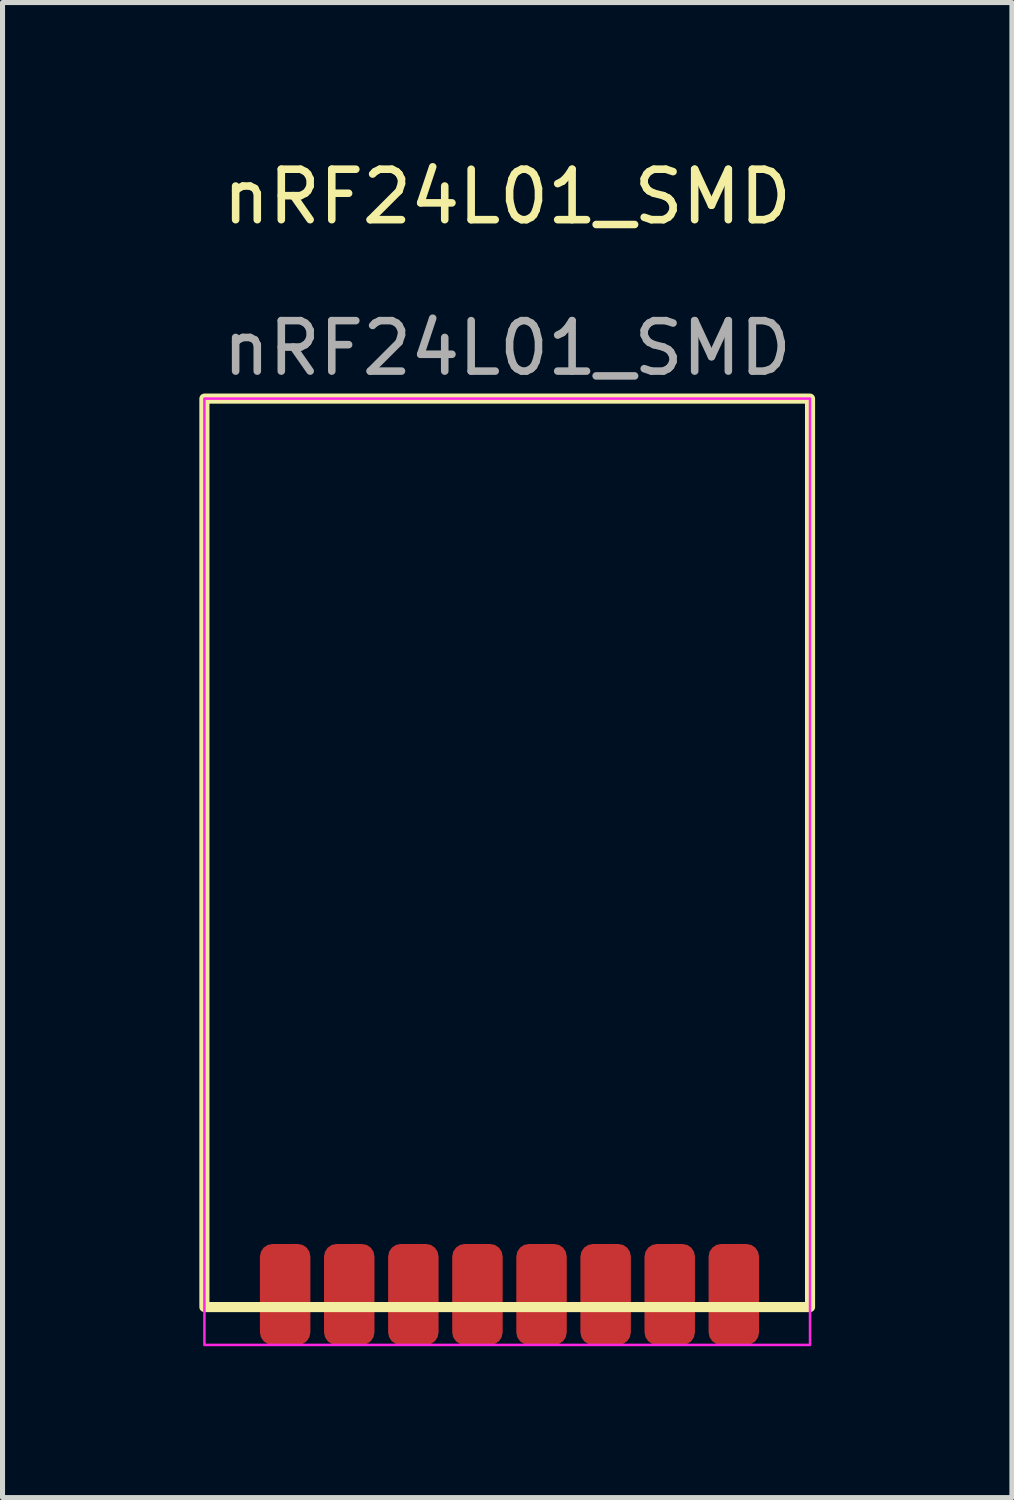
<source format=kicad_pcb>
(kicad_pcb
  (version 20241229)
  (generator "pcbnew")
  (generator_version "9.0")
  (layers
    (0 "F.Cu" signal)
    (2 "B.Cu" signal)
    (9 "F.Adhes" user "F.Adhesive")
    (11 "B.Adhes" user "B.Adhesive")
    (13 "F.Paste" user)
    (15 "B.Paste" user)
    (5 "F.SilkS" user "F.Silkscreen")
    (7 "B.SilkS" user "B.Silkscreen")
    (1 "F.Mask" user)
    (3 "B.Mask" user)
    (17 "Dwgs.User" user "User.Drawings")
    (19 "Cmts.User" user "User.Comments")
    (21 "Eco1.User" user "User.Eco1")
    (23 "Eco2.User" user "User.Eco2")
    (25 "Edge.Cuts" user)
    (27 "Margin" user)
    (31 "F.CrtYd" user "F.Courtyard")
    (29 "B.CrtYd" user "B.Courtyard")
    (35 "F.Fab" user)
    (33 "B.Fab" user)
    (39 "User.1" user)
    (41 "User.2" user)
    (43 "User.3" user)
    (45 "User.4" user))
  (footprint "nRF24L01_SMD"
    (layer "F.Cu")
    (at 1 4.848)
    (property "Reference" "nRF24L01_SMD" (at 6 -4 0) (unlocked yes) (layer "F.SilkS") (effects (font (size 1 1) (thickness 0.15))))
    (attr smd)
    (fp_rect (start 0 0) (end 12 18) (stroke (width 0.2) (type solid)) (fill no) (layer "F.SilkS"))
    (fp_rect (start 0 0) (end 12 18.75) (stroke (width 0.05) (type solid)) (fill no) (layer "F.CrtYd"))
    (fp_text user "${REFERENCE}" (at 6 -1 0) (unlocked yes) (layer "F.Fab") (effects (font (size 1 1) (thickness 0.15))))
    (pad "1" smd roundrect (at 1.6 17.75) (size 1 2) (layers "F.Cu" "F.Mask" "F.Paste") (roundrect_rratio 0.25))
    (pad "2" smd roundrect (at 2.87 17.75) (size 1 2) (layers "F.Cu" "F.Mask" "F.Paste") (roundrect_rratio 0.25))
    (pad "3" smd roundrect (at 4.14 17.75) (size 1 2) (layers "F.Cu" "F.Mask" "F.Paste") (roundrect_rratio 0.25))
    (pad "4" smd roundrect (at 5.41 17.75) (size 1 2) (layers "F.Cu" "F.Mask" "F.Paste") (roundrect_rratio 0.25))
    (pad "5" smd roundrect (at 6.68 17.75) (size 1 2) (layers "F.Cu" "F.Mask" "F.Paste") (roundrect_rratio 0.25))
    (pad "6" smd roundrect (at 7.95 17.75) (size 1 2) (layers "F.Cu" "F.Mask" "F.Paste") (roundrect_rratio 0.25))
    (pad "7" smd roundrect (at 9.22 17.75) (size 1 2) (layers "F.Cu" "F.Mask" "F.Paste") (roundrect_rratio 0.25))
    (pad "8" smd roundrect (at 10.49 17.75) (size 1 2) (layers "F.Cu" "F.Mask" "F.Paste") (roundrect_rratio 0.25))
    (zone (net_name "") (layers "F.Cu" "B.Cu" "F.CrtYd") (hatch edge 0.508) (connect_pads) (min_thickness 0.254) (filled_areas_thickness no) (keepout (tracks not_allowed) (vias not_allowed) (pads not_allowed) (copperpour not_allowed) (footprints allowed)) (placement (enabled no)) (fill) (polygon (pts (xy 14 13.848) (xy 0 13.848) (xy 0 3.848) (xy 14 3.848)))))
  (gr_rect
    (start -3 -3)
    (end 17 26.623)
    (stroke (width 0.1) (type default))
    (fill no)
    (layer "Edge.Cuts")))
</source>
